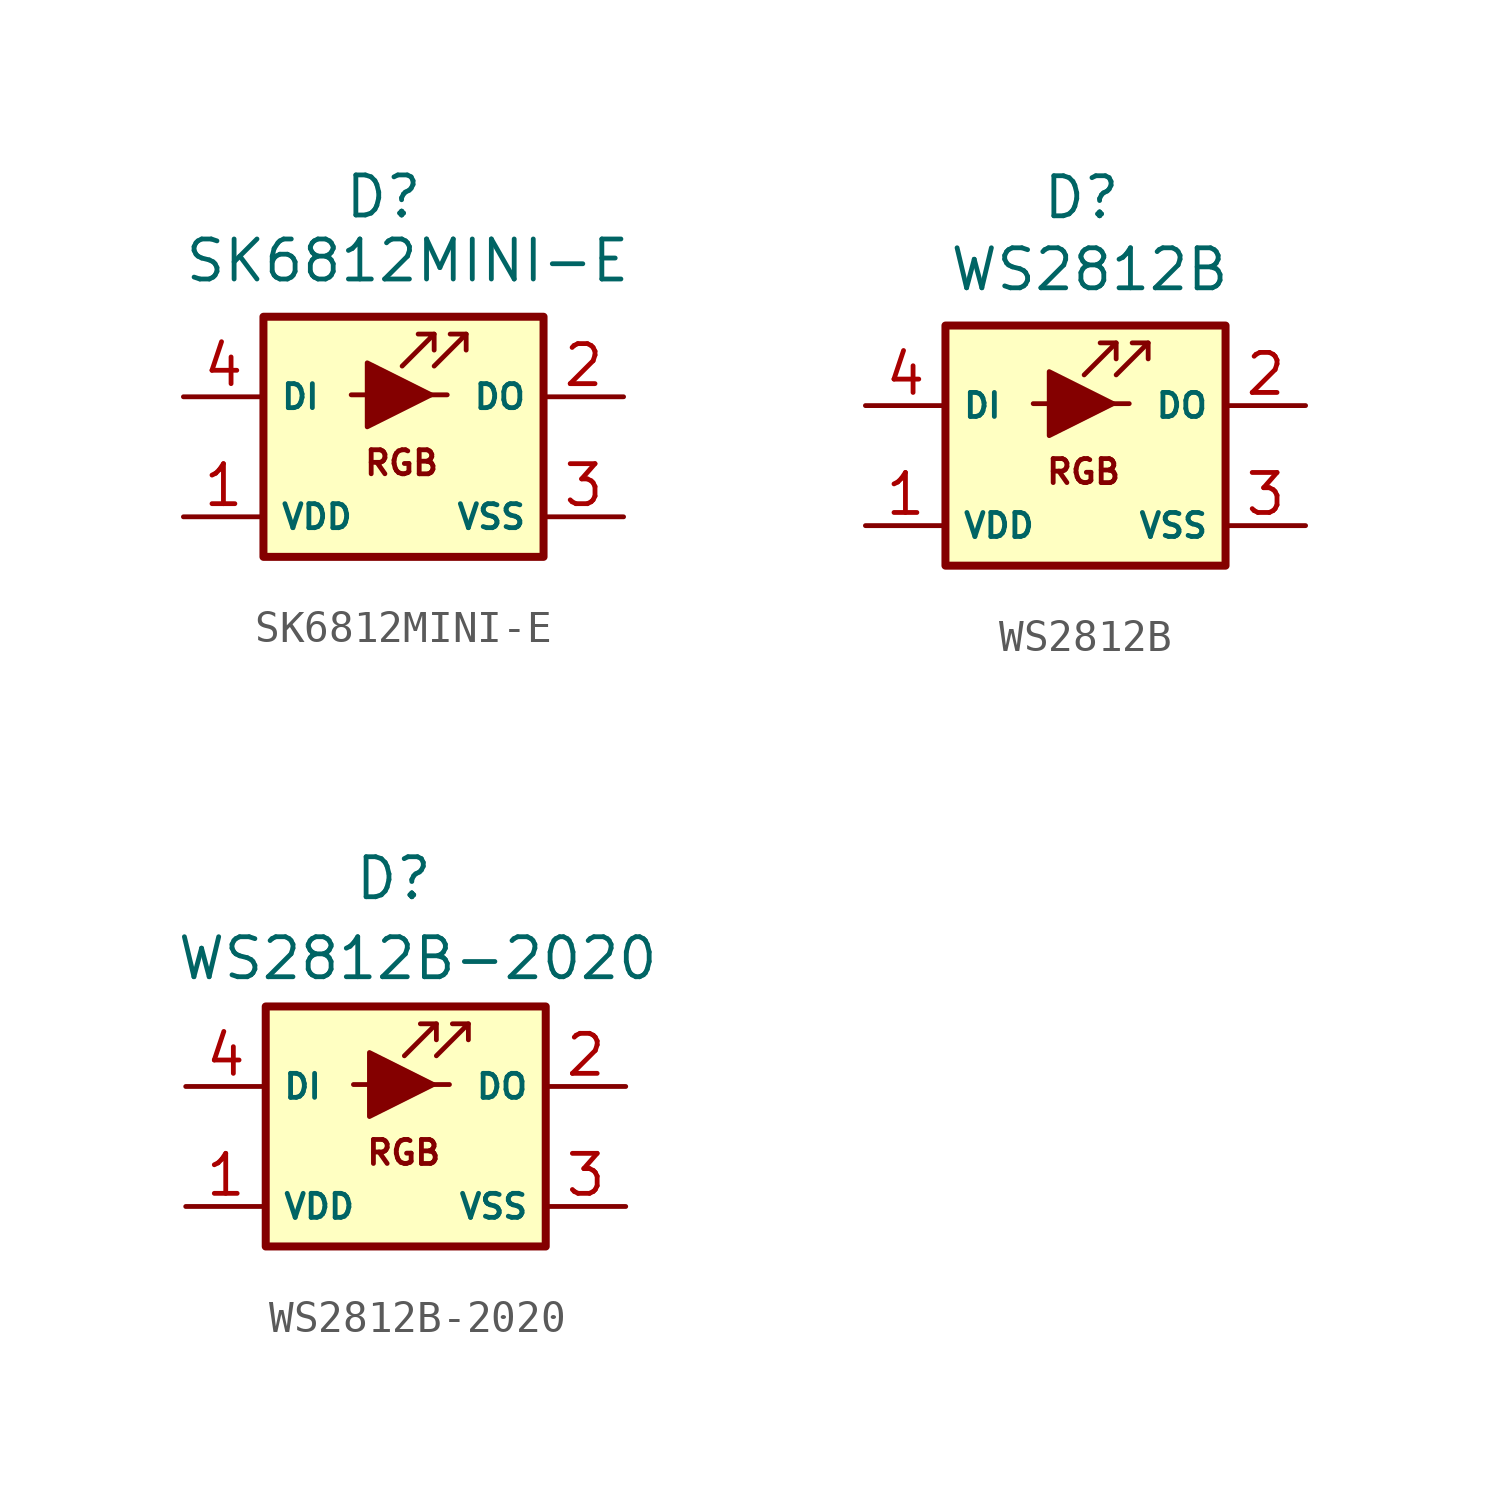
<source format=kicad_sym>
(kicad_symbol_lib
  (version 20241209)
  (generator "kicad_symbol_editor")
  (generator_version "9.0")
  (symbol "SK6812MINI-E"
    (property "Reference" "D"
      (at -1.27 6.35 0)
      (effects (font (size 1.27 1.27))))
    (property "Value" "SK6812MINI-E"
      (at -0.508 4.318 0)
      (effects (font (size 1.27 1.27))))
    (symbol "SK6812MINI-E_0_0"
      (text "RGB" (at -0.699 -2.099 0) (effects (font (size 0.762 0.762)))))
    (symbol "SK6812MINI-E_0_1"
      (polyline (pts (xy -2.295 0.062) (xy 0.245 0.062) (xy 0.753 0.062)) (stroke (width 0) (type default)) (fill (type none)))
      (polyline (pts (xy -0.678 0.974) (xy 0.338 1.99) (xy -0.17 1.99)) (stroke (width 0) (type default)) (fill (type none)))
      (polyline (pts (xy 0.338 1.99) (xy 0.338 1.482)) (stroke (width 0) (type default)) (fill (type none)))
      (polyline (pts (xy 0.338 0.974) (xy 1.354 1.99) (xy 0.846 1.99)) (stroke (width 0) (type default)) (fill (type none)))
      (polyline (pts (xy 1.354 1.99) (xy 1.354 1.482)) (stroke (width 0) (type default)) (fill (type none))))
    (symbol "SK6812MINI-E_1_1"
      (rectangle (start -5.08 2.54) (end 3.81 -5.08) (stroke (width 0.254) (type default)) (fill (type background)))
      (polyline (pts (xy -1.787 -0.954) (xy -1.787 1.078) (xy 0.245 0.062) (xy -1.787 -0.954)) (stroke (width 0) (type solid)) (fill (type outline)))
      (pin input line (at -7.62 0 0) (length 2.54) (name "DI" (effects (font (size 0.762 0.762)))) (number "4" (effects (font (size 1.27 1.27)))))
      (pin power_in line (at -7.62 -3.81 0) (length 2.54) (name "VDD" (effects (font (size 0.762 0.762)))) (number "1" (effects (font (size 1.27 1.27)))))
      (pin output line (at 6.35 0 180) (length 2.54) (name "DO" (effects (font (size 0.762 0.762)))) (number "2" (effects (font (size 1.27 1.27)))))
      (pin power_in line (at 6.35 -3.81 180) (length 2.54) (name "VSS" (effects (font (size 0.762 0.762)))) (number "3" (effects (font (size 1.27 1.27)))))))
  (symbol "WS2812B"
    (property "Reference" "D"
      (at -0.762 6.604 0)
      (effects (font (size 1.27 1.27))))
    (property "Value" "WS2812B"
      (at -0.508 4.318 0)
      (effects (font (size 1.27 1.27))))
    (symbol "WS2812B_0_0"
      (text "RGB" (at -0.699 -2.099 0) (effects (font (size 0.762 0.762)))))
    (symbol "WS2812B_0_1"
      (polyline (pts (xy -2.295 0.062) (xy 0.245 0.062) (xy 0.753 0.062)) (stroke (width 0) (type default)) (fill (type none)))
      (polyline (pts (xy -0.678 0.974) (xy 0.338 1.99) (xy -0.17 1.99)) (stroke (width 0) (type default)) (fill (type none)))
      (polyline (pts (xy 0.338 1.99) (xy 0.338 1.482)) (stroke (width 0) (type default)) (fill (type none)))
      (polyline (pts (xy 0.338 0.974) (xy 1.354 1.99) (xy 0.846 1.99)) (stroke (width 0) (type default)) (fill (type none)))
      (polyline (pts (xy 1.354 1.99) (xy 1.354 1.482)) (stroke (width 0) (type default)) (fill (type none))))
    (symbol "WS2812B_1_1"
      (rectangle (start -5.08 2.54) (end 3.81 -5.08) (stroke (width 0.254) (type default)) (fill (type background)))
      (polyline (pts (xy -1.787 -0.954) (xy -1.787 1.078) (xy 0.245 0.062) (xy -1.787 -0.954)) (stroke (width 0) (type solid)) (fill (type outline)))
      (pin input line (at -7.62 0 0) (length 2.54) (name "DI" (effects (font (size 0.762 0.762)))) (number "4" (effects (font (size 1.27 1.27)))))
      (pin power_in line (at -7.62 -3.81 0) (length 2.54) (name "VDD" (effects (font (size 0.762 0.762)))) (number "1" (effects (font (size 1.27 1.27)))))
      (pin output line (at 6.35 0 180) (length 2.54) (name "DO" (effects (font (size 0.762 0.762)))) (number "2" (effects (font (size 1.27 1.27)))))
      (pin power_in line (at 6.35 -3.81 180) (length 2.54) (name "VSS" (effects (font (size 0.762 0.762)))) (number "3" (effects (font (size 1.27 1.27)))))))
  (symbol "WS2812B-2020"
    (property "Reference" "D"
      (at -1.016 6.604 0)
      (effects (font (size 1.27 1.27))))
    (property "Value" "WS2812B-2020"
      (at -0.254 4.064 0)
      (effects (font (size 1.27 1.27))))
    (symbol "WS2812B-2020_0_0"
      (text "RGB" (at -0.699 -2.099 0) (effects (font (size 0.762 0.762)))))
    (symbol "WS2812B-2020_0_1"
      (polyline (pts (xy -2.295 0.062) (xy 0.245 0.062) (xy 0.753 0.062)) (stroke (width 0) (type default)) (fill (type none)))
      (polyline (pts (xy -0.678 0.974) (xy 0.338 1.99) (xy -0.17 1.99)) (stroke (width 0) (type default)) (fill (type none)))
      (polyline (pts (xy 0.338 1.99) (xy 0.338 1.482)) (stroke (width 0) (type default)) (fill (type none)))
      (polyline (pts (xy 0.338 0.974) (xy 1.354 1.99) (xy 0.846 1.99)) (stroke (width 0) (type default)) (fill (type none)))
      (polyline (pts (xy 1.354 1.99) (xy 1.354 1.482)) (stroke (width 0) (type default)) (fill (type none))))
    (symbol "WS2812B-2020_1_1"
      (rectangle (start -5.08 2.54) (end 3.81 -5.08) (stroke (width 0.254) (type default)) (fill (type background)))
      (polyline (pts (xy -1.787 -0.954) (xy -1.787 1.078) (xy 0.245 0.062) (xy -1.787 -0.954)) (stroke (width 0) (type solid)) (fill (type outline)))
      (pin input line (at -7.62 0 0) (length 2.54) (name "DI" (effects (font (size 0.762 0.762)))) (number "4" (effects (font (size 1.27 1.27)))))
      (pin power_in line (at -7.62 -3.81 0) (length 2.54) (name "VDD" (effects (font (size 0.762 0.762)))) (number "1" (effects (font (size 1.27 1.27)))))
      (pin output line (at 6.35 0 180) (length 2.54) (name "DO" (effects (font (size 0.762 0.762)))) (number "2" (effects (font (size 1.27 1.27)))))
      (pin power_in line (at 6.35 -3.81 180) (length 2.54) (name "VSS" (effects (font (size 0.762 0.762)))) (number "3" (effects (font (size 1.27 1.27))))))))
</source>
